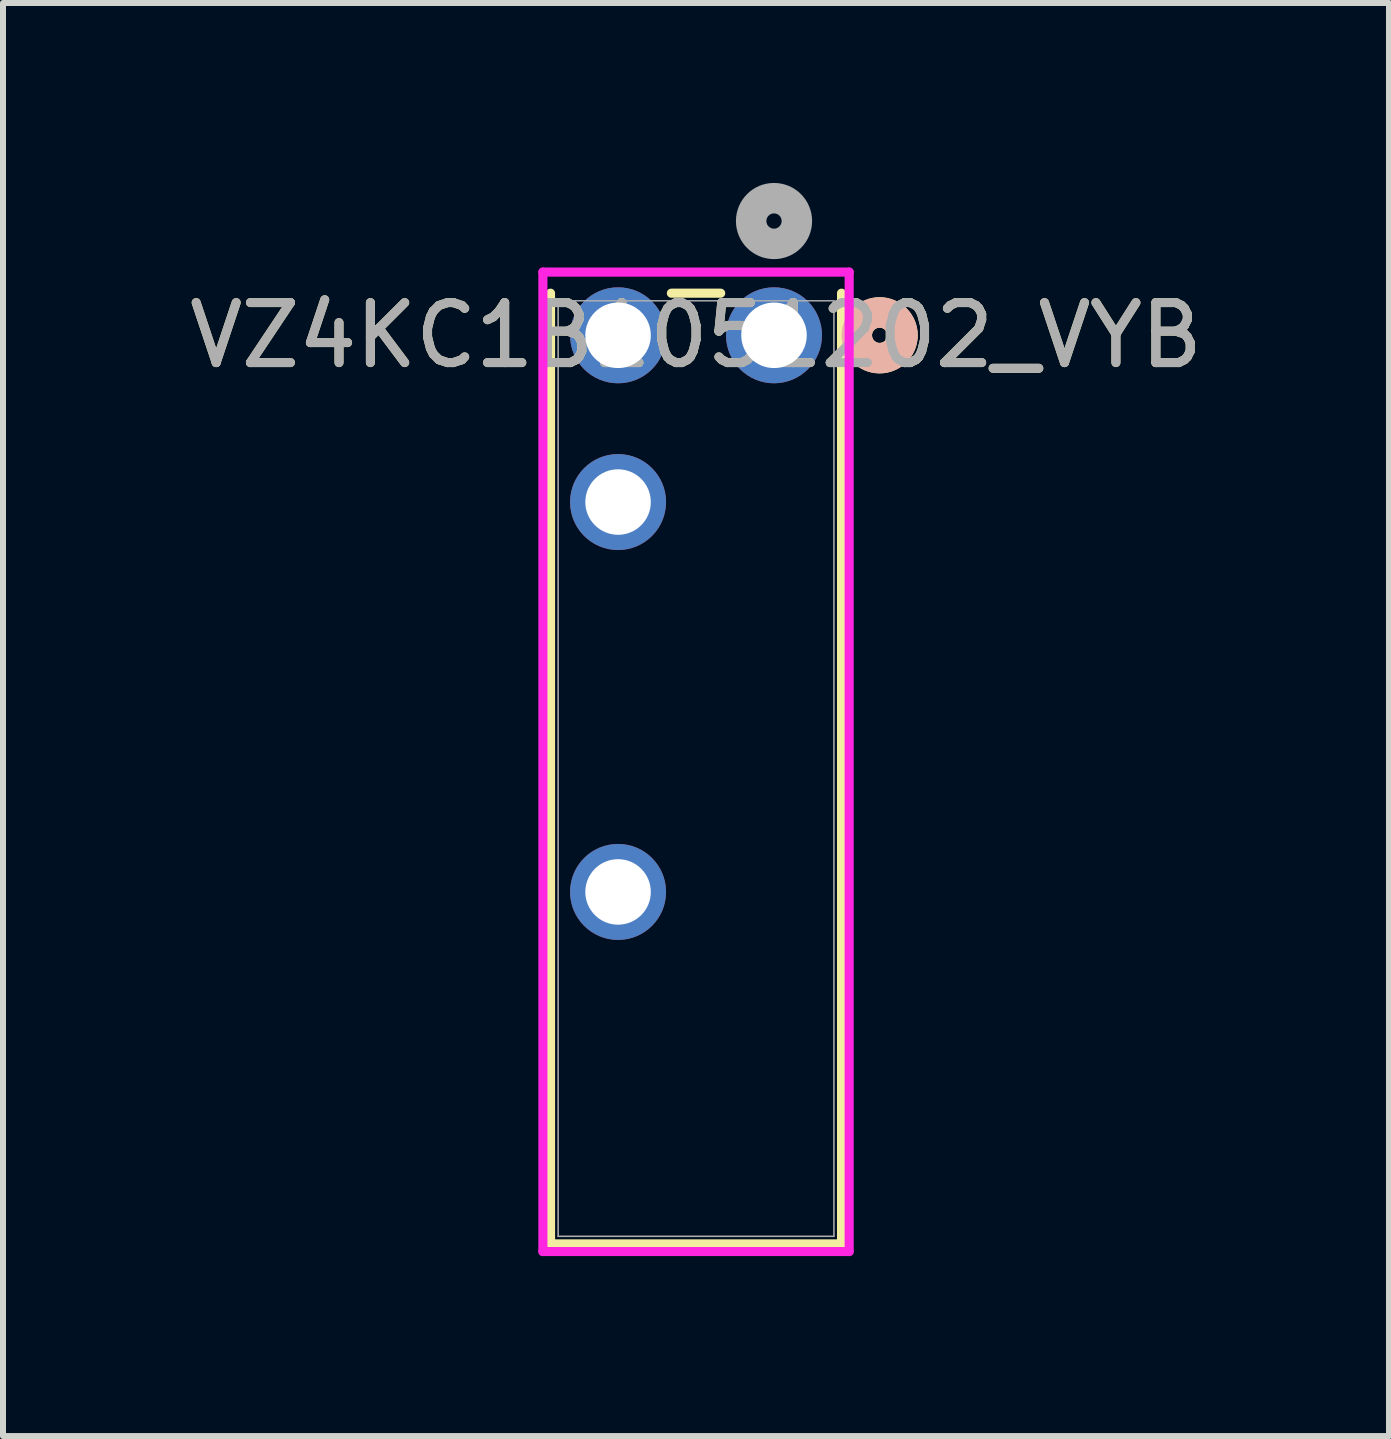
<source format=kicad_pcb>
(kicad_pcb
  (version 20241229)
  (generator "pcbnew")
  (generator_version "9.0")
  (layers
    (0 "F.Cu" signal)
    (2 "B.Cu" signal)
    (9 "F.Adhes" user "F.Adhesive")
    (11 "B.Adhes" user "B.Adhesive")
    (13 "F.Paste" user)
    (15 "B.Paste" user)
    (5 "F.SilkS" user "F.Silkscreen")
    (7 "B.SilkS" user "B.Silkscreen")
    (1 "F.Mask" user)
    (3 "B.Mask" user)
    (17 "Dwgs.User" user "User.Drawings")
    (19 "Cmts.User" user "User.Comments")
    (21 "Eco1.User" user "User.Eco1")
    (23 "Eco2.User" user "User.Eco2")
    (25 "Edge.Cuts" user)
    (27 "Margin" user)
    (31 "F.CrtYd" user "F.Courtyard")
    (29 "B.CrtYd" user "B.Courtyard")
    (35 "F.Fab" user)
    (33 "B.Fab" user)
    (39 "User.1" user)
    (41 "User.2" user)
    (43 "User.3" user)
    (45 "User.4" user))
  (footprint "VZ4KC1B1051202_VYB"
    (layer "F.Cu")
    (at 9.854 2.54)
    (property "Reference" "VZ4KC1B1051202_VYB" (at -1.3 0 0) (unlocked yes) (layer "F.SilkS") (effects (font (size 1 1) (thickness 0.15))))
    (attr through_hole)
    (fp_line (start -3.726 -0.702) (end -3.726 15.148) (stroke (width 0.152) (type solid)) (layer "F.SilkS"))
    (fp_line (start -3.726 15.148) (end 1.126 15.148) (stroke (width 0.152) (type solid)) (layer "F.SilkS"))
    (fp_line (start -0.889 -0.702) (end -1.711 -0.702) (stroke (width 0.152) (type solid)) (layer "F.SilkS"))
    (fp_line (start 1.126 15.148) (end 1.126 -0.702) (stroke (width 0.152) (type solid)) (layer "F.SilkS"))
    (fp_circle (center 1.761 0) (end 2.142 0) (stroke (width 0.508) (type solid)) (fill no) (layer "F.SilkS"))
    (fp_circle (center 1.761 0) (end 2.142 0) (stroke (width 0.508) (type solid)) (fill no) (layer "B.SilkS"))
    (fp_line (start -3.853 -1.054) (end -3.853 15.275) (stroke (width 0.152) (type solid)) (layer "F.CrtYd"))
    (fp_line (start -3.853 15.275) (end 1.253 15.275) (stroke (width 0.152) (type solid)) (layer "F.CrtYd"))
    (fp_line (start 1.253 -1.054) (end -3.853 -1.054) (stroke (width 0.152) (type solid)) (layer "F.CrtYd"))
    (fp_line (start 1.253 15.275) (end 1.253 -1.054) (stroke (width 0.152) (type solid)) (layer "F.CrtYd"))
    (fp_line (start -3.599 -0.575) (end -3.599 15.021) (stroke (width 0.025) (type solid)) (layer "F.Fab"))
    (fp_line (start -3.599 15.021) (end 0.999 15.021) (stroke (width 0.025) (type solid)) (layer "F.Fab"))
    (fp_line (start 0.999 -0.575) (end -3.599 -0.575) (stroke (width 0.025) (type solid)) (layer "F.Fab"))
    (fp_line (start 0.999 15.021) (end 0.999 -0.575) (stroke (width 0.025) (type solid)) (layer "F.Fab"))
    (fp_circle (center 0 -1.905) (end 0.381 -1.905) (stroke (width 0.508) (type solid)) (fill no) (layer "F.Fab"))
    (fp_text user "${REFERENCE}" (at -1.3 0 0) (unlocked yes) (layer "F.Fab") (effects (font (size 1 1) (thickness 0.15))))
    (pad "1" thru_hole circle (at 0 0) (size 1.6 1.6) (drill 1.092) (layers "*.Cu" "*.Mask"))
    (pad "2" thru_hole circle (at -2.6 0) (size 1.6 1.6) (drill 1.092) (layers "*.Cu" "*.Mask"))
    (pad "3" thru_hole circle (at -2.6 2.78) (size 1.6 1.6) (drill 1.092) (layers "*.Cu" "*.Mask"))
    (pad "4" thru_hole circle (at -2.6 9.28) (size 1.6 1.6) (drill 1.092) (layers "*.Cu" "*.Mask")))
  (gr_rect
    (start -3 -3)
    (end 20.107 20.891)
    (stroke (width 0.1) (type default))
    (fill no)
    (layer "Edge.Cuts")))
</source>
